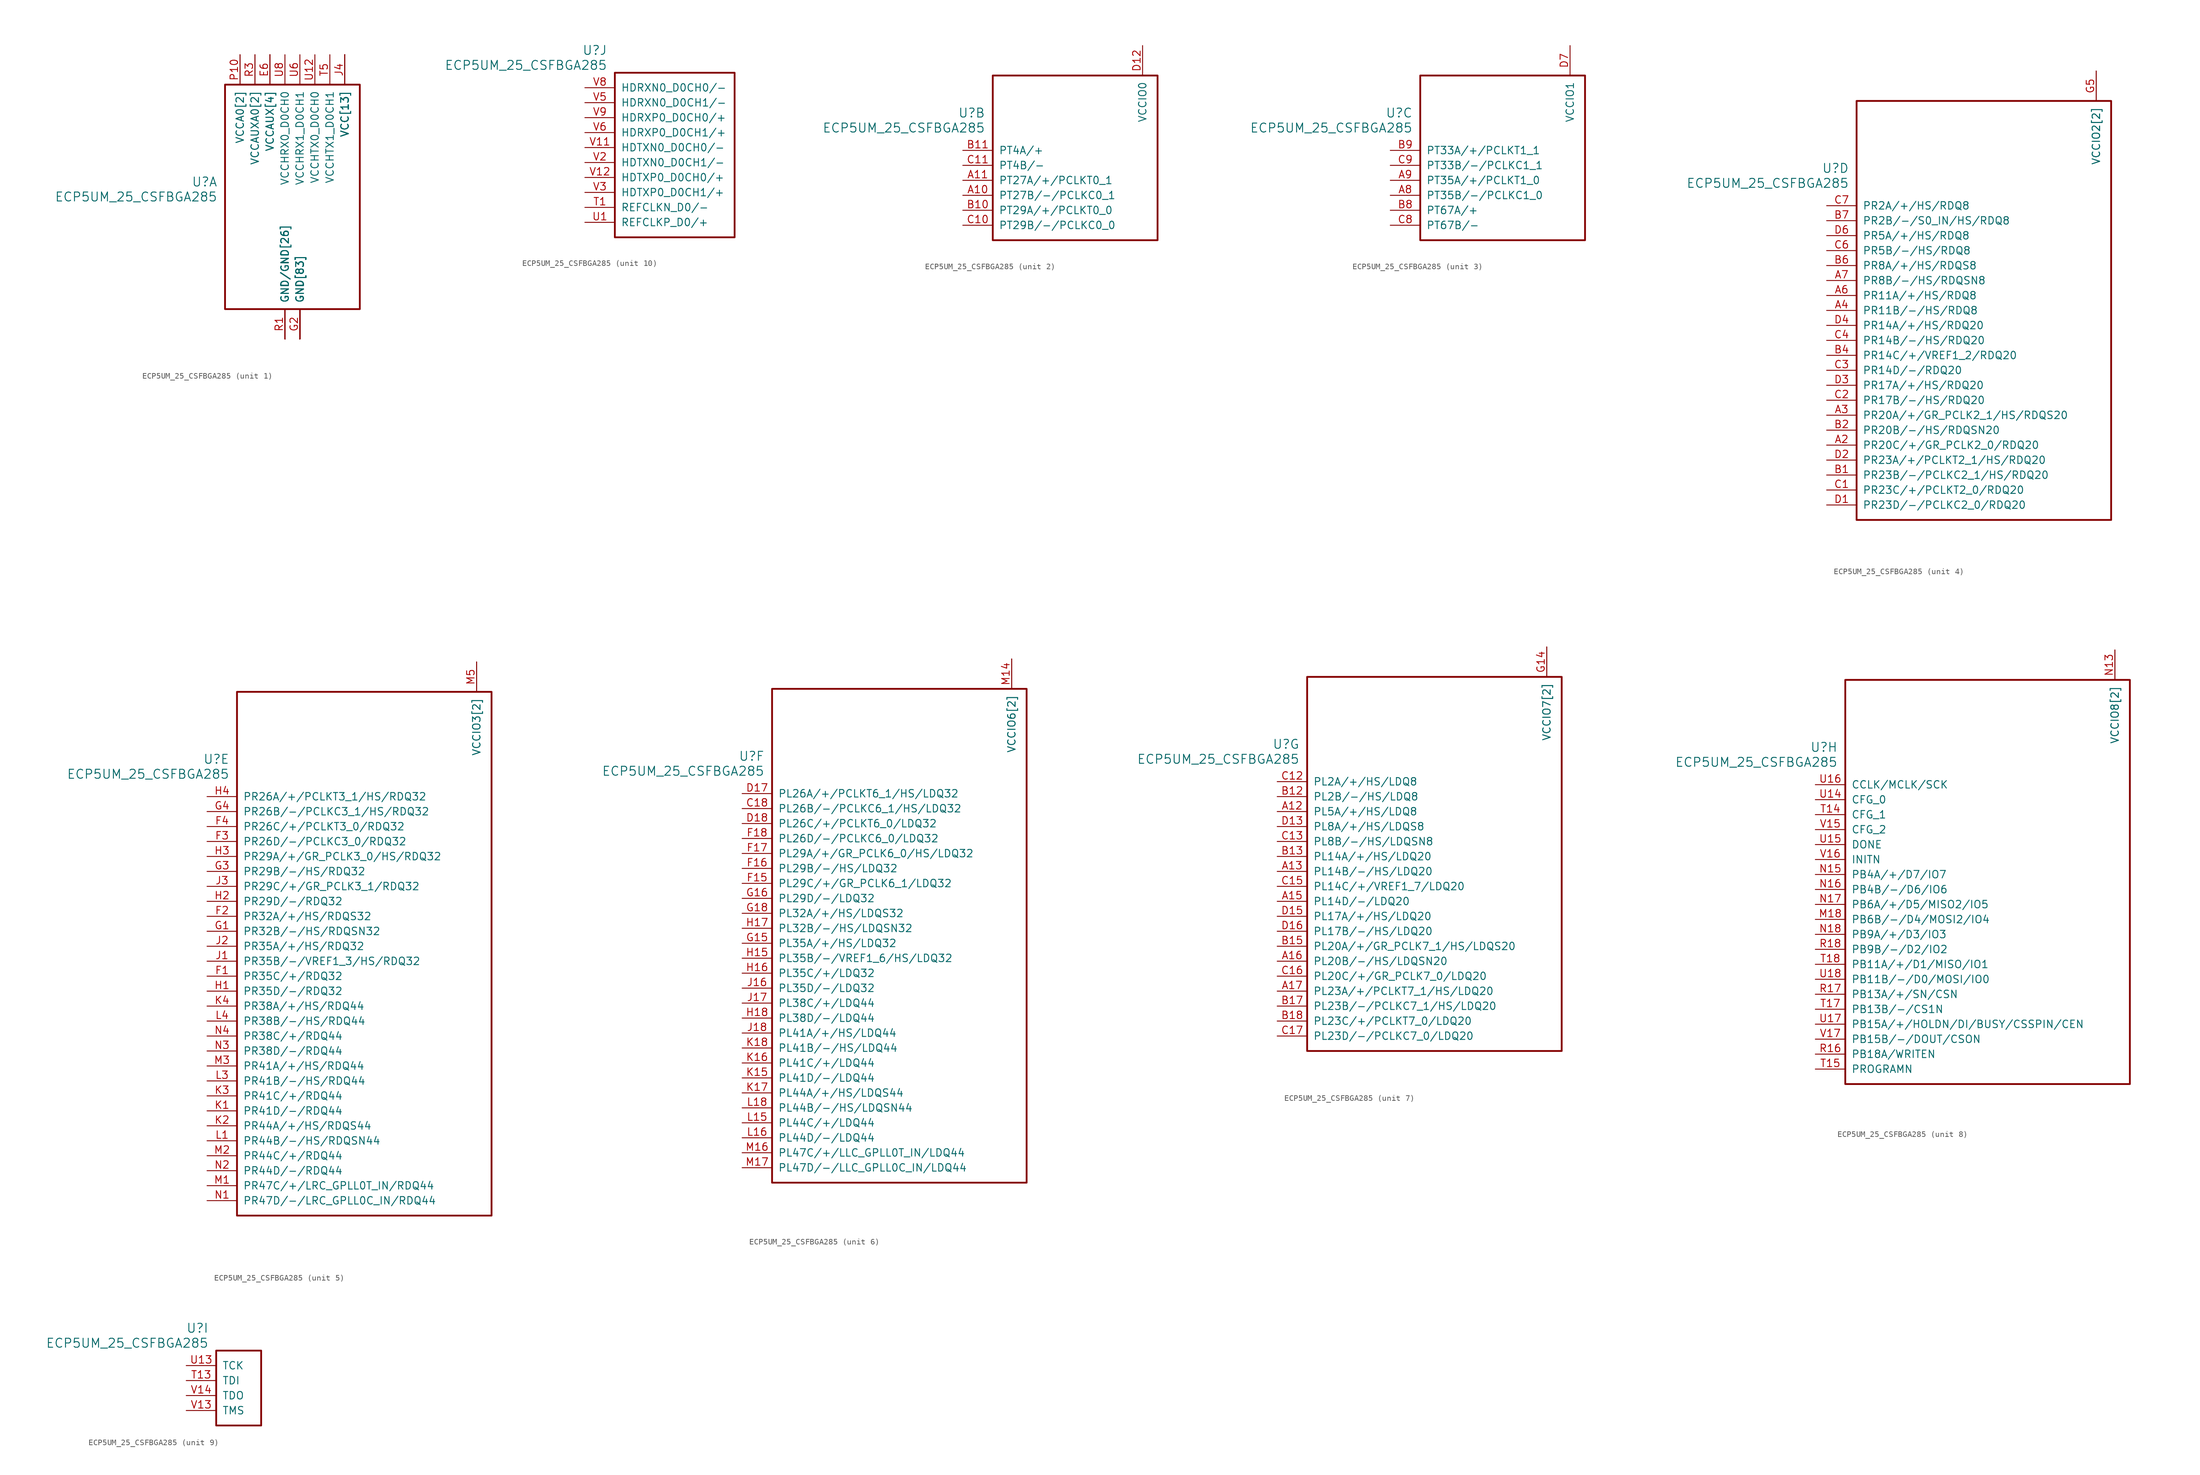
<source format=kicad_sym>
(kicad_symbol_lib
  (version 20231120)
  (generator "kicad_symbol_editor")
  (generator_version "8.0")
  (symbol "ECP5UM_25_CSFBGA285"
    (pin_names
      (offset 1.016))
    (property "Reference" "U"
      (at 3.81 6.35 0)
      (effects (font (size 1.524 1.524)) (justify right)))
    (property "Value" "ECP5UM_25_CSFBGA285"
      (at 3.81 3.81 0)
      (effects (font (size 1.524 1.524)) (justify right)))
    (property "ki_locked" ""
      (at 0 0 0)
      (effects (font (size 1.27 1.27))))
    (symbol "ECP5UM_25_CSFBGA285_1_1"
      (rectangle (start 5.08 22.86) (end 27.94 -15.24) (stroke (width 0.305) (type default)) (fill (type none)))
      (pin power_in line (at 17.78 -20.32 90) (length 5.08) (name "GND[83]" (effects (font (size 1.27 1.27)))) (number "B16" (effects (font (size 0 0)))))
      (pin power_in line (at 17.78 -20.32 90) (length 5.08) (name "GND[83]" (effects (font (size 1.27 1.27)))) (number "B3" (effects (font (size 0 0)))))
      (pin power_in line (at 25.4 27.94 270) (length 5.08) (name "VCC[13]" (effects (font (size 1.27 1.27)))) (number "D10" (effects (font (size 0 0)))))
      (pin power_in line (at 25.4 27.94 270) (length 5.08) (name "VCC[13]" (effects (font (size 1.27 1.27)))) (number "D11" (effects (font (size 0 0)))))
      (pin power_in line (at 25.4 27.94 270) (length 5.08) (name "VCC[13]" (effects (font (size 1.27 1.27)))) (number "D8" (effects (font (size 0 0)))))
      (pin power_in line (at 25.4 27.94 270) (length 5.08) (name "VCC[13]" (effects (font (size 1.27 1.27)))) (number "D9" (effects (font (size 0 0)))))
      (pin power_in line (at 17.78 -20.32 90) (length 5.08) (name "GND[83]" (effects (font (size 1.27 1.27)))) (number "E10" (effects (font (size 0 0)))))
      (pin power_in line (at 17.78 -20.32 90) (length 5.08) (name "GND[83]" (effects (font (size 1.27 1.27)))) (number "E11" (effects (font (size 0 0)))))
      (pin power_in line (at 17.78 -20.32 90) (length 5.08) (name "GND[83]" (effects (font (size 1.27 1.27)))) (number "E12" (effects (font (size 0 0)))))
      (pin power_in line (at 12.7 27.94 270) (length 5.08) (name "VCCAUX[4]" (effects (font (size 1.27 1.27)))) (number "E13" (effects (font (size 0 0)))))
      (pin power_in line (at 17.78 -20.32 90) (length 5.08) (name "GND[83]" (effects (font (size 1.27 1.27)))) (number "E14" (effects (font (size 0 0)))))
      (pin power_in line (at 17.78 -20.32 90) (length 5.08) (name "GND[83]" (effects (font (size 1.27 1.27)))) (number "E5" (effects (font (size 0 0)))))
      (pin power_in line (at 12.7 27.94 270) (length 5.08) (name "VCCAUX[4]" (effects (font (size 1.27 1.27)))) (number "E6" (effects (font (size 1.27 1.27)))))
      (pin power_in line (at 17.78 -20.32 90) (length 5.08) (name "GND[83]" (effects (font (size 1.27 1.27)))) (number "E7" (effects (font (size 0 0)))))
      (pin power_in line (at 17.78 -20.32 90) (length 5.08) (name "GND[83]" (effects (font (size 1.27 1.27)))) (number "E8" (effects (font (size 0 0)))))
      (pin power_in line (at 17.78 -20.32 90) (length 5.08) (name "GND[83]" (effects (font (size 1.27 1.27)))) (number "E9" (effects (font (size 0 0)))))
      (pin power_in line (at 17.78 -20.32 90) (length 5.08) (name "GND[83]" (effects (font (size 1.27 1.27)))) (number "F10" (effects (font (size 0 0)))))
      (pin power_in line (at 17.78 -20.32 90) (length 5.08) (name "GND[83]" (effects (font (size 1.27 1.27)))) (number "F11" (effects (font (size 0 0)))))
      (pin power_in line (at 17.78 -20.32 90) (length 5.08) (name "GND[83]" (effects (font (size 1.27 1.27)))) (number "F12" (effects (font (size 0 0)))))
      (pin power_in line (at 17.78 -20.32 90) (length 5.08) (name "GND[83]" (effects (font (size 1.27 1.27)))) (number "F13" (effects (font (size 0 0)))))
      (pin power_in line (at 17.78 -20.32 90) (length 5.08) (name "GND[83]" (effects (font (size 1.27 1.27)))) (number "F14" (effects (font (size 0 0)))))
      (pin power_in line (at 17.78 -20.32 90) (length 5.08) (name "GND[83]" (effects (font (size 1.27 1.27)))) (number "F5" (effects (font (size 0 0)))))
      (pin power_in line (at 17.78 -20.32 90) (length 5.08) (name "GND[83]" (effects (font (size 1.27 1.27)))) (number "F6" (effects (font (size 0 0)))))
      (pin power_in line (at 17.78 -20.32 90) (length 5.08) (name "GND[83]" (effects (font (size 1.27 1.27)))) (number "F7" (effects (font (size 0 0)))))
      (pin power_in line (at 17.78 -20.32 90) (length 5.08) (name "GND[83]" (effects (font (size 1.27 1.27)))) (number "F8" (effects (font (size 0 0)))))
      (pin power_in line (at 17.78 -20.32 90) (length 5.08) (name "GND[83]" (effects (font (size 1.27 1.27)))) (number "F9" (effects (font (size 0 0)))))
      (pin power_in line (at 17.78 -20.32 90) (length 5.08) (name "GND[83]" (effects (font (size 1.27 1.27)))) (number "G10" (effects (font (size 0 0)))))
      (pin power_in line (at 17.78 -20.32 90) (length 5.08) (name "GND[83]" (effects (font (size 1.27 1.27)))) (number "G11" (effects (font (size 0 0)))))
      (pin power_in line (at 17.78 -20.32 90) (length 5.08) (name "GND[83]" (effects (font (size 1.27 1.27)))) (number "G12" (effects (font (size 0 0)))))
      (pin power_in line (at 17.78 -20.32 90) (length 5.08) (name "GND[83]" (effects (font (size 1.27 1.27)))) (number "G13" (effects (font (size 0 0)))))
      (pin power_in line (at 17.78 -20.32 90) (length 5.08) (name "GND[83]" (effects (font (size 1.27 1.27)))) (number "G17" (effects (font (size 0 0)))))
      (pin power_in line (at 17.78 -20.32 90) (length 5.08) (name "GND[83]" (effects (font (size 1.27 1.27)))) (number "G2" (effects (font (size 1.27 1.27)))))
      (pin power_in line (at 17.78 -20.32 90) (length 5.08) (name "GND[83]" (effects (font (size 1.27 1.27)))) (number "G6" (effects (font (size 0 0)))))
      (pin power_in line (at 17.78 -20.32 90) (length 5.08) (name "GND[83]" (effects (font (size 1.27 1.27)))) (number "G7" (effects (font (size 0 0)))))
      (pin power_in line (at 17.78 -20.32 90) (length 5.08) (name "GND[83]" (effects (font (size 1.27 1.27)))) (number "G8" (effects (font (size 0 0)))))
      (pin power_in line (at 17.78 -20.32 90) (length 5.08) (name "GND[83]" (effects (font (size 1.27 1.27)))) (number "G9" (effects (font (size 0 0)))))
      (pin power_in line (at 17.78 -20.32 90) (length 5.08) (name "GND[83]" (effects (font (size 1.27 1.27)))) (number "H10" (effects (font (size 0 0)))))
      (pin power_in line (at 17.78 -20.32 90) (length 5.08) (name "GND[83]" (effects (font (size 1.27 1.27)))) (number "H11" (effects (font (size 0 0)))))
      (pin power_in line (at 17.78 -20.32 90) (length 5.08) (name "GND[83]" (effects (font (size 1.27 1.27)))) (number "H12" (effects (font (size 0 0)))))
      (pin power_in line (at 17.78 -20.32 90) (length 5.08) (name "GND[83]" (effects (font (size 1.27 1.27)))) (number "H13" (effects (font (size 0 0)))))
      (pin power_in line (at 17.78 -20.32 90) (length 5.08) (name "GND[83]" (effects (font (size 1.27 1.27)))) (number "H6" (effects (font (size 0 0)))))
      (pin power_in line (at 17.78 -20.32 90) (length 5.08) (name "GND[83]" (effects (font (size 1.27 1.27)))) (number "H7" (effects (font (size 0 0)))))
      (pin power_in line (at 17.78 -20.32 90) (length 5.08) (name "GND[83]" (effects (font (size 1.27 1.27)))) (number "H8" (effects (font (size 0 0)))))
      (pin power_in line (at 17.78 -20.32 90) (length 5.08) (name "GND[83]" (effects (font (size 1.27 1.27)))) (number "H9" (effects (font (size 0 0)))))
      (pin power_in line (at 17.78 -20.32 90) (length 5.08) (name "GND[83]" (effects (font (size 1.27 1.27)))) (number "J10" (effects (font (size 0 0)))))
      (pin power_in line (at 17.78 -20.32 90) (length 5.08) (name "GND[83]" (effects (font (size 1.27 1.27)))) (number "J11" (effects (font (size 0 0)))))
      (pin power_in line (at 17.78 -20.32 90) (length 5.08) (name "GND[83]" (effects (font (size 1.27 1.27)))) (number "J12" (effects (font (size 0 0)))))
      (pin power_in line (at 17.78 -20.32 90) (length 5.08) (name "GND[83]" (effects (font (size 1.27 1.27)))) (number "J13" (effects (font (size 0 0)))))
      (pin power_in line (at 25.4 27.94 270) (length 5.08) (name "VCC[13]" (effects (font (size 1.27 1.27)))) (number "J14" (effects (font (size 0 0)))))
      (pin power_in line (at 25.4 27.94 270) (length 5.08) (name "VCC[13]" (effects (font (size 1.27 1.27)))) (number "J15" (effects (font (size 0 0)))))
      (pin power_in line (at 25.4 27.94 270) (length 5.08) (name "VCC[13]" (effects (font (size 1.27 1.27)))) (number "J4" (effects (font (size 1.27 1.27)))))
      (pin power_in line (at 25.4 27.94 270) (length 5.08) (name "VCC[13]" (effects (font (size 1.27 1.27)))) (number "J5" (effects (font (size 0 0)))))
      (pin power_in line (at 17.78 -20.32 90) (length 5.08) (name "GND[83]" (effects (font (size 1.27 1.27)))) (number "J6" (effects (font (size 0 0)))))
      (pin power_in line (at 17.78 -20.32 90) (length 5.08) (name "GND[83]" (effects (font (size 1.27 1.27)))) (number "J7" (effects (font (size 0 0)))))
      (pin power_in line (at 17.78 -20.32 90) (length 5.08) (name "GND[83]" (effects (font (size 1.27 1.27)))) (number "J8" (effects (font (size 0 0)))))
      (pin power_in line (at 17.78 -20.32 90) (length 5.08) (name "GND[83]" (effects (font (size 1.27 1.27)))) (number "J9" (effects (font (size 0 0)))))
      (pin power_in line (at 17.78 -20.32 90) (length 5.08) (name "GND[83]" (effects (font (size 1.27 1.27)))) (number "K10" (effects (font (size 0 0)))))
      (pin power_in line (at 17.78 -20.32 90) (length 5.08) (name "GND[83]" (effects (font (size 1.27 1.27)))) (number "K11" (effects (font (size 0 0)))))
      (pin power_in line (at 17.78 -20.32 90) (length 5.08) (name "GND[83]" (effects (font (size 1.27 1.27)))) (number "K12" (effects (font (size 0 0)))))
      (pin power_in line (at 17.78 -20.32 90) (length 5.08) (name "GND[83]" (effects (font (size 1.27 1.27)))) (number "K13" (effects (font (size 0 0)))))
      (pin power_in line (at 17.78 -20.32 90) (length 5.08) (name "GND[83]" (effects (font (size 1.27 1.27)))) (number "K14" (effects (font (size 0 0)))))
      (pin power_in line (at 17.78 -20.32 90) (length 5.08) (name "GND[83]" (effects (font (size 1.27 1.27)))) (number "K5" (effects (font (size 0 0)))))
      (pin power_in line (at 17.78 -20.32 90) (length 5.08) (name "GND[83]" (effects (font (size 1.27 1.27)))) (number "K6" (effects (font (size 0 0)))))
      (pin power_in line (at 17.78 -20.32 90) (length 5.08) (name "GND[83]" (effects (font (size 1.27 1.27)))) (number "K7" (effects (font (size 0 0)))))
      (pin power_in line (at 17.78 -20.32 90) (length 5.08) (name "GND[83]" (effects (font (size 1.27 1.27)))) (number "K8" (effects (font (size 0 0)))))
      (pin power_in line (at 17.78 -20.32 90) (length 5.08) (name "GND[83]" (effects (font (size 1.27 1.27)))) (number "K9" (effects (font (size 0 0)))))
      (pin power_in line (at 17.78 -20.32 90) (length 5.08) (name "GND[83]" (effects (font (size 1.27 1.27)))) (number "L10" (effects (font (size 0 0)))))
      (pin power_in line (at 17.78 -20.32 90) (length 5.08) (name "GND[83]" (effects (font (size 1.27 1.27)))) (number "L11" (effects (font (size 0 0)))))
      (pin power_in line (at 17.78 -20.32 90) (length 5.08) (name "GND[83]" (effects (font (size 1.27 1.27)))) (number "L12" (effects (font (size 0 0)))))
      (pin power_in line (at 17.78 -20.32 90) (length 5.08) (name "GND[83]" (effects (font (size 1.27 1.27)))) (number "L13" (effects (font (size 0 0)))))
      (pin power_in line (at 17.78 -20.32 90) (length 5.08) (name "GND[83]" (effects (font (size 1.27 1.27)))) (number "L14" (effects (font (size 0 0)))))
      (pin power_in line (at 17.78 -20.32 90) (length 5.08) (name "GND[83]" (effects (font (size 1.27 1.27)))) (number "L17" (effects (font (size 0 0)))))
      (pin power_in line (at 17.78 -20.32 90) (length 5.08) (name "GND[83]" (effects (font (size 1.27 1.27)))) (number "L2" (effects (font (size 0 0)))))
      (pin power_in line (at 17.78 -20.32 90) (length 5.08) (name "GND[83]" (effects (font (size 1.27 1.27)))) (number "L5" (effects (font (size 0 0)))))
      (pin power_in line (at 17.78 -20.32 90) (length 5.08) (name "GND[83]" (effects (font (size 1.27 1.27)))) (number "L6" (effects (font (size 0 0)))))
      (pin power_in line (at 17.78 -20.32 90) (length 5.08) (name "GND[83]" (effects (font (size 1.27 1.27)))) (number "L7" (effects (font (size 0 0)))))
      (pin power_in line (at 17.78 -20.32 90) (length 5.08) (name "GND[83]" (effects (font (size 1.27 1.27)))) (number "L8" (effects (font (size 0 0)))))
      (pin power_in line (at 17.78 -20.32 90) (length 5.08) (name "GND[83]" (effects (font (size 1.27 1.27)))) (number "L9" (effects (font (size 0 0)))))
      (pin power_in line (at 17.78 -20.32 90) (length 5.08) (name "GND[83]" (effects (font (size 1.27 1.27)))) (number "M10" (effects (font (size 0 0)))))
      (pin power_in line (at 17.78 -20.32 90) (length 5.08) (name "GND[83]" (effects (font (size 1.27 1.27)))) (number "M11" (effects (font (size 0 0)))))
      (pin power_in line (at 17.78 -20.32 90) (length 5.08) (name "GND[83]" (effects (font (size 1.27 1.27)))) (number "M12" (effects (font (size 0 0)))))
      (pin power_in line (at 17.78 -20.32 90) (length 5.08) (name "GND[83]" (effects (font (size 1.27 1.27)))) (number "M13" (effects (font (size 0 0)))))
      (pin power_in line (at 25.4 27.94 270) (length 5.08) (name "VCC[13]" (effects (font (size 1.27 1.27)))) (number "M15" (effects (font (size 0 0)))))
      (pin power_in line (at 25.4 27.94 270) (length 5.08) (name "VCC[13]" (effects (font (size 1.27 1.27)))) (number "M4" (effects (font (size 0 0)))))
      (pin power_in line (at 17.78 -20.32 90) (length 5.08) (name "GND[83]" (effects (font (size 1.27 1.27)))) (number "M6" (effects (font (size 0 0)))))
      (pin power_in line (at 17.78 -20.32 90) (length 5.08) (name "GND[83]" (effects (font (size 1.27 1.27)))) (number "M7" (effects (font (size 0 0)))))
      (pin power_in line (at 17.78 -20.32 90) (length 5.08) (name "GND[83]" (effects (font (size 1.27 1.27)))) (number "M8" (effects (font (size 0 0)))))
      (pin power_in line (at 17.78 -20.32 90) (length 5.08) (name "GND[83]" (effects (font (size 1.27 1.27)))) (number "M9" (effects (font (size 0 0)))))
      (pin power_in line (at 17.78 -20.32 90) (length 5.08) (name "GND[83]" (effects (font (size 1.27 1.27)))) (number "N10" (effects (font (size 0 0)))))
      (pin power_in line (at 17.78 -20.32 90) (length 5.08) (name "GND[83]" (effects (font (size 1.27 1.27)))) (number "N11" (effects (font (size 0 0)))))
      (pin power_in line (at 17.78 -20.32 90) (length 5.08) (name "GND[83]" (effects (font (size 1.27 1.27)))) (number "N12" (effects (font (size 0 0)))))
      (pin power_in line (at 12.7 27.94 270) (length 5.08) (name "VCCAUX[4]" (effects (font (size 1.27 1.27)))) (number "N6" (effects (font (size 0 0)))))
      (pin power_in line (at 17.78 -20.32 90) (length 5.08) (name "GND[83]" (effects (font (size 1.27 1.27)))) (number "N7" (effects (font (size 0 0)))))
      (pin power_in line (at 17.78 -20.32 90) (length 5.08) (name "GND[83]" (effects (font (size 1.27 1.27)))) (number "N8" (effects (font (size 0 0)))))
      (pin power_in line (at 17.78 -20.32 90) (length 5.08) (name "GND[83]" (effects (font (size 1.27 1.27)))) (number "N9" (effects (font (size 0 0)))))
      (pin power_in line (at 7.62 27.94 270) (length 5.08) (name "VCCA0[2]" (effects (font (size 1.27 1.27)))) (number "P10" (effects (font (size 1.27 1.27)))))
      (pin power_in line (at 25.4 27.94 270) (length 5.08) (name "VCC[13]" (effects (font (size 1.27 1.27)))) (number "P11" (effects (font (size 0 0)))))
      (pin power_in line (at 15.24 -20.32 90) (length 5.08) (name "GND/GND[26]" (effects (font (size 1.27 1.27)))) (number "P12" (effects (font (size 0 0)))))
      (pin power_in line (at 12.7 27.94 270) (length 5.08) (name "VCCAUX[4]" (effects (font (size 1.27 1.27)))) (number "P13" (effects (font (size 0 0)))))
      (pin power_in line (at 10.16 27.94 270) (length 5.08) (name "VCCAUXA0[2]" (effects (font (size 1.27 1.27)))) (number "P5" (effects (font (size 0 0)))))
      (pin power_in line (at 15.24 -20.32 90) (length 5.08) (name "GND/GND[26]" (effects (font (size 1.27 1.27)))) (number "P6" (effects (font (size 0 0)))))
      (pin power_in line (at 25.4 27.94 270) (length 5.08) (name "VCC[13]" (effects (font (size 1.27 1.27)))) (number "P7" (effects (font (size 0 0)))))
      (pin power_in line (at 15.24 -20.32 90) (length 5.08) (name "GND/GND[26]" (effects (font (size 1.27 1.27)))) (number "P8" (effects (font (size 0 0)))))
      (pin power_in line (at 25.4 27.94 270) (length 5.08) (name "VCC[13]" (effects (font (size 1.27 1.27)))) (number "P9" (effects (font (size 0 0)))))
      (pin power_in line (at 15.24 -20.32 90) (length 5.08) (name "GND/GND[26]" (effects (font (size 1.27 1.27)))) (number "R1" (effects (font (size 1.27 1.27)))))
      (pin power_in line (at 7.62 27.94 270) (length 5.08) (name "VCCA0[2]" (effects (font (size 1.27 1.27)))) (number "R10" (effects (font (size 0 0)))))
      (pin power_in line (at 15.24 -20.32 90) (length 5.08) (name "GND/GND[26]" (effects (font (size 1.27 1.27)))) (number "R2" (effects (font (size 0 0)))))
      (pin power_in line (at 10.16 27.94 270) (length 5.08) (name "VCCAUXA0[2]" (effects (font (size 1.27 1.27)))) (number "R3" (effects (font (size 1.27 1.27)))))
      (pin power_in line (at 15.24 -20.32 90) (length 5.08) (name "GND/GND[26]" (effects (font (size 1.27 1.27)))) (number "T10" (effects (font (size 0 0)))))
      (pin power_in line (at 15.24 -20.32 90) (length 5.08) (name "GND/GND[26]" (effects (font (size 1.27 1.27)))) (number "T11" (effects (font (size 0 0)))))
      (pin power_in line (at 15.24 -20.32 90) (length 5.08) (name "GND/GND[26]" (effects (font (size 1.27 1.27)))) (number "T12" (effects (font (size 0 0)))))
      (pin power_in line (at 17.78 -20.32 90) (length 5.08) (name "GND[83]" (effects (font (size 1.27 1.27)))) (number "T16" (effects (font (size 0 0)))))
      (pin power_in line (at 15.24 -20.32 90) (length 5.08) (name "GND/GND[26]" (effects (font (size 1.27 1.27)))) (number "T2" (effects (font (size 0 0)))))
      (pin power_in line (at 15.24 -20.32 90) (length 5.08) (name "GND/GND[26]" (effects (font (size 1.27 1.27)))) (number "T3" (effects (font (size 0 0)))))
      (pin power_in line (at 15.24 -20.32 90) (length 5.08) (name "GND/GND[26]" (effects (font (size 1.27 1.27)))) (number "T4" (effects (font (size 0 0)))))
      (pin power_in line (at 22.86 27.94 270) (length 5.08) (name "VCCHTX1_D0CH1" (effects (font (size 1.27 1.27)))) (number "T5" (effects (font (size 1.27 1.27)))))
      (pin power_in line (at 15.24 -20.32 90) (length 5.08) (name "GND/GND[26]" (effects (font (size 1.27 1.27)))) (number "T6" (effects (font (size 0 0)))))
      (pin power_in line (at 15.24 -20.32 90) (length 5.08) (name "GND/GND[26]" (effects (font (size 1.27 1.27)))) (number "T7" (effects (font (size 0 0)))))
      (pin power_in line (at 15.24 -20.32 90) (length 5.08) (name "GND/GND[26]" (effects (font (size 1.27 1.27)))) (number "T8" (effects (font (size 0 0)))))
      (pin power_in line (at 15.24 -20.32 90) (length 5.08) (name "GND/GND[26]" (effects (font (size 1.27 1.27)))) (number "T9" (effects (font (size 0 0)))))
      (pin power_in line (at 15.24 -20.32 90) (length 5.08) (name "GND/GND[26]" (effects (font (size 1.27 1.27)))) (number "U10" (effects (font (size 0 0)))))
      (pin power_in line (at 15.24 -20.32 90) (length 5.08) (name "GND/GND[26]" (effects (font (size 1.27 1.27)))) (number "U11" (effects (font (size 0 0)))))
      (pin power_in line (at 20.32 27.94 270) (length 5.08) (name "VCCHTX0_D0CH0" (effects (font (size 1.27 1.27)))) (number "U12" (effects (font (size 1.27 1.27)))))
      (pin power_in line (at 15.24 -20.32 90) (length 5.08) (name "GND/GND[26]" (effects (font (size 1.27 1.27)))) (number "U2" (effects (font (size 0 0)))))
      (pin power_in line (at 15.24 -20.32 90) (length 5.08) (name "GND/GND[26]" (effects (font (size 1.27 1.27)))) (number "U3" (effects (font (size 0 0)))))
      (pin power_in line (at 15.24 -20.32 90) (length 5.08) (name "GND/GND[26]" (effects (font (size 1.27 1.27)))) (number "U4" (effects (font (size 0 0)))))
      (pin power_in line (at 15.24 -20.32 90) (length 5.08) (name "GND/GND[26]" (effects (font (size 1.27 1.27)))) (number "U5" (effects (font (size 0 0)))))
      (pin power_in line (at 17.78 27.94 270) (length 5.08) (name "VCCHRX1_D0CH1" (effects (font (size 1.27 1.27)))) (number "U6" (effects (font (size 1.27 1.27)))))
      (pin power_in line (at 15.24 -20.32 90) (length 5.08) (name "GND/GND[26]" (effects (font (size 1.27 1.27)))) (number "U7" (effects (font (size 0 0)))))
      (pin power_in line (at 15.24 27.94 270) (length 5.08) (name "VCCHRX0_D0CH0" (effects (font (size 1.27 1.27)))) (number "U8" (effects (font (size 1.27 1.27)))))
      (pin power_in line (at 15.24 -20.32 90) (length 5.08) (name "GND/GND[26]" (effects (font (size 1.27 1.27)))) (number "U9" (effects (font (size 0 0)))))
      (pin power_in line (at 15.24 -20.32 90) (length 5.08) (name "GND/GND[26]" (effects (font (size 1.27 1.27)))) (number "V10" (effects (font (size 0 0)))))
      (pin power_in line (at 15.24 -20.32 90) (length 5.08) (name "GND/GND[26]" (effects (font (size 1.27 1.27)))) (number "V4" (effects (font (size 0 0)))))
      (pin power_in line (at 15.24 -20.32 90) (length 5.08) (name "GND/GND[26]" (effects (font (size 1.27 1.27)))) (number "V7" (effects (font (size 0 0))))))
    (symbol "ECP5UM_25_CSFBGA285_2_1"
      (rectangle (start 5.08 12.7) (end 33.02 -15.24) (stroke (width 0.305) (type default)) (fill (type none)))
      (pin bidirectional line (at 0 -7.62 0) (length 5.08) (name "PT27B/-/PCLKC0_1" (effects (font (size 1.27 1.27)))) (number "A10" (effects (font (size 1.27 1.27)))))
      (pin bidirectional line (at 0 -5.08 0) (length 5.08) (name "PT27A/+/PCLKT0_1" (effects (font (size 1.27 1.27)))) (number "A11" (effects (font (size 1.27 1.27)))))
      (pin bidirectional line (at 0 -10.16 0) (length 5.08) (name "PT29A/+/PCLKT0_0" (effects (font (size 1.27 1.27)))) (number "B10" (effects (font (size 1.27 1.27)))))
      (pin bidirectional line (at 0 0 0) (length 5.08) (name "PT4A/+" (effects (font (size 1.27 1.27)))) (number "B11" (effects (font (size 1.27 1.27)))))
      (pin bidirectional line (at 0 -12.7 0) (length 5.08) (name "PT29B/-/PCLKC0_0" (effects (font (size 1.27 1.27)))) (number "C10" (effects (font (size 1.27 1.27)))))
      (pin bidirectional line (at 0 -2.54 0) (length 5.08) (name "PT4B/-" (effects (font (size 1.27 1.27)))) (number "C11" (effects (font (size 1.27 1.27)))))
      (pin power_in line (at 30.48 17.78 270) (length 5.08) (name "VCCIO0" (effects (font (size 1.27 1.27)))) (number "D12" (effects (font (size 1.27 1.27))))))
    (symbol "ECP5UM_25_CSFBGA285_3_1"
      (rectangle (start 5.08 12.7) (end 33.02 -15.24) (stroke (width 0.305) (type default)) (fill (type none)))
      (pin bidirectional line (at 0 -7.62 0) (length 5.08) (name "PT35B/-/PCLKC1_0" (effects (font (size 1.27 1.27)))) (number "A8" (effects (font (size 1.27 1.27)))))
      (pin bidirectional line (at 0 -5.08 0) (length 5.08) (name "PT35A/+/PCLKT1_0" (effects (font (size 1.27 1.27)))) (number "A9" (effects (font (size 1.27 1.27)))))
      (pin bidirectional line (at 0 -10.16 0) (length 5.08) (name "PT67A/+" (effects (font (size 1.27 1.27)))) (number "B8" (effects (font (size 1.27 1.27)))))
      (pin bidirectional line (at 0 0 0) (length 5.08) (name "PT33A/+/PCLKT1_1" (effects (font (size 1.27 1.27)))) (number "B9" (effects (font (size 1.27 1.27)))))
      (pin bidirectional line (at 0 -12.7 0) (length 5.08) (name "PT67B/-" (effects (font (size 1.27 1.27)))) (number "C8" (effects (font (size 1.27 1.27)))))
      (pin bidirectional line (at 0 -2.54 0) (length 5.08) (name "PT33B/-/PCLKC1_1" (effects (font (size 1.27 1.27)))) (number "C9" (effects (font (size 1.27 1.27)))))
      (pin power_in line (at 30.48 17.78 270) (length 5.08) (name "VCCIO1" (effects (font (size 1.27 1.27)))) (number "D7" (effects (font (size 1.27 1.27))))))
    (symbol "ECP5UM_25_CSFBGA285_4_1"
      (rectangle (start 5.08 17.78) (end 48.26 -53.34) (stroke (width 0.305) (type default)) (fill (type none)))
      (pin bidirectional line (at 0 -40.64 0) (length 5.08) (name "PR20C/+/GR_PCLK2_0/RDQ20" (effects (font (size 1.27 1.27)))) (number "A2" (effects (font (size 1.27 1.27)))))
      (pin bidirectional line (at 0 -35.56 0) (length 5.08) (name "PR20A/+/GR_PCLK2_1/HS/RDQS20" (effects (font (size 1.27 1.27)))) (number "A3" (effects (font (size 1.27 1.27)))))
      (pin bidirectional line (at 0 -17.78 0) (length 5.08) (name "PR11B/-/HS/RDQ8" (effects (font (size 1.27 1.27)))) (number "A4" (effects (font (size 1.27 1.27)))))
      (pin bidirectional line (at 0 -15.24 0) (length 5.08) (name "PR11A/+/HS/RDQ8" (effects (font (size 1.27 1.27)))) (number "A6" (effects (font (size 1.27 1.27)))))
      (pin bidirectional line (at 0 -12.7 0) (length 5.08) (name "PR8B/-/HS/RDQSN8" (effects (font (size 1.27 1.27)))) (number "A7" (effects (font (size 1.27 1.27)))))
      (pin bidirectional line (at 0 -45.72 0) (length 5.08) (name "PR23B/-/PCLKC2_1/HS/RDQ20" (effects (font (size 1.27 1.27)))) (number "B1" (effects (font (size 1.27 1.27)))))
      (pin bidirectional line (at 0 -38.1 0) (length 5.08) (name "PR20B/-/HS/RDQSN20" (effects (font (size 1.27 1.27)))) (number "B2" (effects (font (size 1.27 1.27)))))
      (pin bidirectional line (at 0 -25.4 0) (length 5.08) (name "PR14C/+/VREF1_2/RDQ20" (effects (font (size 1.27 1.27)))) (number "B4" (effects (font (size 1.27 1.27)))))
      (pin bidirectional line (at 0 -10.16 0) (length 5.08) (name "PR8A/+/HS/RDQS8" (effects (font (size 1.27 1.27)))) (number "B6" (effects (font (size 1.27 1.27)))))
      (pin bidirectional line (at 0 -2.54 0) (length 5.08) (name "PR2B/-/S0_IN/HS/RDQ8" (effects (font (size 1.27 1.27)))) (number "B7" (effects (font (size 1.27 1.27)))))
      (pin bidirectional line (at 0 -48.26 0) (length 5.08) (name "PR23C/+/PCLKT2_0/RDQ20" (effects (font (size 1.27 1.27)))) (number "C1" (effects (font (size 1.27 1.27)))))
      (pin bidirectional line (at 0 -33.02 0) (length 5.08) (name "PR17B/-/HS/RDQ20" (effects (font (size 1.27 1.27)))) (number "C2" (effects (font (size 1.27 1.27)))))
      (pin bidirectional line (at 0 -27.94 0) (length 5.08) (name "PR14D/-/RDQ20" (effects (font (size 1.27 1.27)))) (number "C3" (effects (font (size 1.27 1.27)))))
      (pin bidirectional line (at 0 -22.86 0) (length 5.08) (name "PR14B/-/HS/RDQ20" (effects (font (size 1.27 1.27)))) (number "C4" (effects (font (size 1.27 1.27)))))
      (pin bidirectional line (at 0 -7.62 0) (length 5.08) (name "PR5B/-/HS/RDQ8" (effects (font (size 1.27 1.27)))) (number "C6" (effects (font (size 1.27 1.27)))))
      (pin bidirectional line (at 0 0 0) (length 5.08) (name "PR2A/+/HS/RDQ8" (effects (font (size 1.27 1.27)))) (number "C7" (effects (font (size 1.27 1.27)))))
      (pin bidirectional line (at 0 -50.8 0) (length 5.08) (name "PR23D/-/PCLKC2_0/RDQ20" (effects (font (size 1.27 1.27)))) (number "D1" (effects (font (size 1.27 1.27)))))
      (pin bidirectional line (at 0 -43.18 0) (length 5.08) (name "PR23A/+/PCLKT2_1/HS/RDQ20" (effects (font (size 1.27 1.27)))) (number "D2" (effects (font (size 1.27 1.27)))))
      (pin bidirectional line (at 0 -30.48 0) (length 5.08) (name "PR17A/+/HS/RDQ20" (effects (font (size 1.27 1.27)))) (number "D3" (effects (font (size 1.27 1.27)))))
      (pin bidirectional line (at 0 -20.32 0) (length 5.08) (name "PR14A/+/HS/RDQ20" (effects (font (size 1.27 1.27)))) (number "D4" (effects (font (size 1.27 1.27)))))
      (pin bidirectional line (at 0 -5.08 0) (length 5.08) (name "PR5A/+/HS/RDQ8" (effects (font (size 1.27 1.27)))) (number "D6" (effects (font (size 1.27 1.27)))))
      (pin power_in line (at 45.72 22.86 270) (length 5.08) (name "VCCIO2[2]" (effects (font (size 1.27 1.27)))) (number "G5" (effects (font (size 1.27 1.27)))))
      (pin power_in line (at 45.72 22.86 270) (length 5.08) (name "VCCIO2[2]" (effects (font (size 1.27 1.27)))) (number "H5" (effects (font (size 0 0))))))
    (symbol "ECP5UM_25_CSFBGA285_5_1"
      (rectangle (start 5.08 17.78) (end 48.26 -71.12) (stroke (width 0.305) (type default)) (fill (type none)))
      (pin bidirectional line (at 0 -30.48 0) (length 5.08) (name "PR35C/+/RDQ32" (effects (font (size 1.27 1.27)))) (number "F1" (effects (font (size 1.27 1.27)))))
      (pin bidirectional line (at 0 -20.32 0) (length 5.08) (name "PR32A/+/HS/RDQS32" (effects (font (size 1.27 1.27)))) (number "F2" (effects (font (size 1.27 1.27)))))
      (pin bidirectional line (at 0 -7.62 0) (length 5.08) (name "PR26D/-/PCLKC3_0/RDQ32" (effects (font (size 1.27 1.27)))) (number "F3" (effects (font (size 1.27 1.27)))))
      (pin bidirectional line (at 0 -5.08 0) (length 5.08) (name "PR26C/+/PCLKT3_0/RDQ32" (effects (font (size 1.27 1.27)))) (number "F4" (effects (font (size 1.27 1.27)))))
      (pin bidirectional line (at 0 -22.86 0) (length 5.08) (name "PR32B/-/HS/RDQSN32" (effects (font (size 1.27 1.27)))) (number "G1" (effects (font (size 1.27 1.27)))))
      (pin bidirectional line (at 0 -12.7 0) (length 5.08) (name "PR29B/-/HS/RDQ32" (effects (font (size 1.27 1.27)))) (number "G3" (effects (font (size 1.27 1.27)))))
      (pin bidirectional line (at 0 -2.54 0) (length 5.08) (name "PR26B/-/PCLKC3_1/HS/RDQ32" (effects (font (size 1.27 1.27)))) (number "G4" (effects (font (size 1.27 1.27)))))
      (pin bidirectional line (at 0 -33.02 0) (length 5.08) (name "PR35D/-/RDQ32" (effects (font (size 1.27 1.27)))) (number "H1" (effects (font (size 1.27 1.27)))))
      (pin bidirectional line (at 0 -17.78 0) (length 5.08) (name "PR29D/-/RDQ32" (effects (font (size 1.27 1.27)))) (number "H2" (effects (font (size 1.27 1.27)))))
      (pin bidirectional line (at 0 -10.16 0) (length 5.08) (name "PR29A/+/GR_PCLK3_0/HS/RDQ32" (effects (font (size 1.27 1.27)))) (number "H3" (effects (font (size 1.27 1.27)))))
      (pin bidirectional line (at 0 0 0) (length 5.08) (name "PR26A/+/PCLKT3_1/HS/RDQ32" (effects (font (size 1.27 1.27)))) (number "H4" (effects (font (size 1.27 1.27)))))
      (pin bidirectional line (at 0 -27.94 0) (length 5.08) (name "PR35B/-/VREF1_3/HS/RDQ32" (effects (font (size 1.27 1.27)))) (number "J1" (effects (font (size 1.27 1.27)))))
      (pin bidirectional line (at 0 -25.4 0) (length 5.08) (name "PR35A/+/HS/RDQ32" (effects (font (size 1.27 1.27)))) (number "J2" (effects (font (size 1.27 1.27)))))
      (pin bidirectional line (at 0 -15.24 0) (length 5.08) (name "PR29C/+/GR_PCLK3_1/RDQ32" (effects (font (size 1.27 1.27)))) (number "J3" (effects (font (size 1.27 1.27)))))
      (pin bidirectional line (at 0 -53.34 0) (length 5.08) (name "PR41D/-/RDQ44" (effects (font (size 1.27 1.27)))) (number "K1" (effects (font (size 1.27 1.27)))))
      (pin bidirectional line (at 0 -55.88 0) (length 5.08) (name "PR44A/+/HS/RDQS44" (effects (font (size 1.27 1.27)))) (number "K2" (effects (font (size 1.27 1.27)))))
      (pin bidirectional line (at 0 -50.8 0) (length 5.08) (name "PR41C/+/RDQ44" (effects (font (size 1.27 1.27)))) (number "K3" (effects (font (size 1.27 1.27)))))
      (pin bidirectional line (at 0 -35.56 0) (length 5.08) (name "PR38A/+/HS/RDQ44" (effects (font (size 1.27 1.27)))) (number "K4" (effects (font (size 1.27 1.27)))))
      (pin bidirectional line (at 0 -58.42 0) (length 5.08) (name "PR44B/-/HS/RDQSN44" (effects (font (size 1.27 1.27)))) (number "L1" (effects (font (size 1.27 1.27)))))
      (pin bidirectional line (at 0 -48.26 0) (length 5.08) (name "PR41B/-/HS/RDQ44" (effects (font (size 1.27 1.27)))) (number "L3" (effects (font (size 1.27 1.27)))))
      (pin bidirectional line (at 0 -38.1 0) (length 5.08) (name "PR38B/-/HS/RDQ44" (effects (font (size 1.27 1.27)))) (number "L4" (effects (font (size 1.27 1.27)))))
      (pin bidirectional line (at 0 -66.04 0) (length 5.08) (name "PR47C/+/LRC_GPLL0T_IN/RDQ44" (effects (font (size 1.27 1.27)))) (number "M1" (effects (font (size 1.27 1.27)))))
      (pin bidirectional line (at 0 -60.96 0) (length 5.08) (name "PR44C/+/RDQ44" (effects (font (size 1.27 1.27)))) (number "M2" (effects (font (size 1.27 1.27)))))
      (pin bidirectional line (at 0 -45.72 0) (length 5.08) (name "PR41A/+/HS/RDQ44" (effects (font (size 1.27 1.27)))) (number "M3" (effects (font (size 1.27 1.27)))))
      (pin power_in line (at 45.72 22.86 270) (length 5.08) (name "VCCIO3[2]" (effects (font (size 1.27 1.27)))) (number "M5" (effects (font (size 1.27 1.27)))))
      (pin bidirectional line (at 0 -68.58 0) (length 5.08) (name "PR47D/-/LRC_GPLL0C_IN/RDQ44" (effects (font (size 1.27 1.27)))) (number "N1" (effects (font (size 1.27 1.27)))))
      (pin bidirectional line (at 0 -63.5 0) (length 5.08) (name "PR44D/-/RDQ44" (effects (font (size 1.27 1.27)))) (number "N2" (effects (font (size 1.27 1.27)))))
      (pin bidirectional line (at 0 -43.18 0) (length 5.08) (name "PR38D/-/RDQ44" (effects (font (size 1.27 1.27)))) (number "N3" (effects (font (size 1.27 1.27)))))
      (pin bidirectional line (at 0 -40.64 0) (length 5.08) (name "PR38C/+/RDQ44" (effects (font (size 1.27 1.27)))) (number "N4" (effects (font (size 1.27 1.27)))))
      (pin power_in line (at 45.72 22.86 270) (length 5.08) (name "VCCIO3[2]" (effects (font (size 1.27 1.27)))) (number "N5" (effects (font (size 0 0))))))
    (symbol "ECP5UM_25_CSFBGA285_6_1"
      (rectangle (start 5.08 17.78) (end 48.26 -66.04) (stroke (width 0.305) (type default)) (fill (type none)))
      (pin bidirectional line (at 0 -2.54 0) (length 5.08) (name "PL26B/-/PCLKC6_1/HS/LDQ32" (effects (font (size 1.27 1.27)))) (number "C18" (effects (font (size 1.27 1.27)))))
      (pin bidirectional line (at 0 0 0) (length 5.08) (name "PL26A/+/PCLKT6_1/HS/LDQ32" (effects (font (size 1.27 1.27)))) (number "D17" (effects (font (size 1.27 1.27)))))
      (pin bidirectional line (at 0 -5.08 0) (length 5.08) (name "PL26C/+/PCLKT6_0/LDQ32" (effects (font (size 1.27 1.27)))) (number "D18" (effects (font (size 1.27 1.27)))))
      (pin bidirectional line (at 0 -15.24 0) (length 5.08) (name "PL29C/+/GR_PCLK6_1/LDQ32" (effects (font (size 1.27 1.27)))) (number "F15" (effects (font (size 1.27 1.27)))))
      (pin bidirectional line (at 0 -12.7 0) (length 5.08) (name "PL29B/-/HS/LDQ32" (effects (font (size 1.27 1.27)))) (number "F16" (effects (font (size 1.27 1.27)))))
      (pin bidirectional line (at 0 -10.16 0) (length 5.08) (name "PL29A/+/GR_PCLK6_0/HS/LDQ32" (effects (font (size 1.27 1.27)))) (number "F17" (effects (font (size 1.27 1.27)))))
      (pin bidirectional line (at 0 -7.62 0) (length 5.08) (name "PL26D/-/PCLKC6_0/LDQ32" (effects (font (size 1.27 1.27)))) (number "F18" (effects (font (size 1.27 1.27)))))
      (pin bidirectional line (at 0 -25.4 0) (length 5.08) (name "PL35A/+/HS/LDQ32" (effects (font (size 1.27 1.27)))) (number "G15" (effects (font (size 1.27 1.27)))))
      (pin bidirectional line (at 0 -17.78 0) (length 5.08) (name "PL29D/-/LDQ32" (effects (font (size 1.27 1.27)))) (number "G16" (effects (font (size 1.27 1.27)))))
      (pin bidirectional line (at 0 -20.32 0) (length 5.08) (name "PL32A/+/HS/LDQS32" (effects (font (size 1.27 1.27)))) (number "G18" (effects (font (size 1.27 1.27)))))
      (pin bidirectional line (at 0 -27.94 0) (length 5.08) (name "PL35B/-/VREF1_6/HS/LDQ32" (effects (font (size 1.27 1.27)))) (number "H15" (effects (font (size 1.27 1.27)))))
      (pin bidirectional line (at 0 -30.48 0) (length 5.08) (name "PL35C/+/LDQ32" (effects (font (size 1.27 1.27)))) (number "H16" (effects (font (size 1.27 1.27)))))
      (pin bidirectional line (at 0 -22.86 0) (length 5.08) (name "PL32B/-/HS/LDQSN32" (effects (font (size 1.27 1.27)))) (number "H17" (effects (font (size 1.27 1.27)))))
      (pin bidirectional line (at 0 -38.1 0) (length 5.08) (name "PL38D/-/LDQ44" (effects (font (size 1.27 1.27)))) (number "H18" (effects (font (size 1.27 1.27)))))
      (pin bidirectional line (at 0 -33.02 0) (length 5.08) (name "PL35D/-/LDQ32" (effects (font (size 1.27 1.27)))) (number "J16" (effects (font (size 1.27 1.27)))))
      (pin bidirectional line (at 0 -35.56 0) (length 5.08) (name "PL38C/+/LDQ44" (effects (font (size 1.27 1.27)))) (number "J17" (effects (font (size 1.27 1.27)))))
      (pin bidirectional line (at 0 -40.64 0) (length 5.08) (name "PL41A/+/HS/LDQ44" (effects (font (size 1.27 1.27)))) (number "J18" (effects (font (size 1.27 1.27)))))
      (pin bidirectional line (at 0 -48.26 0) (length 5.08) (name "PL41D/-/LDQ44" (effects (font (size 1.27 1.27)))) (number "K15" (effects (font (size 1.27 1.27)))))
      (pin bidirectional line (at 0 -45.72 0) (length 5.08) (name "PL41C/+/LDQ44" (effects (font (size 1.27 1.27)))) (number "K16" (effects (font (size 1.27 1.27)))))
      (pin bidirectional line (at 0 -50.8 0) (length 5.08) (name "PL44A/+/HS/LDQS44" (effects (font (size 1.27 1.27)))) (number "K17" (effects (font (size 1.27 1.27)))))
      (pin bidirectional line (at 0 -43.18 0) (length 5.08) (name "PL41B/-/HS/LDQ44" (effects (font (size 1.27 1.27)))) (number "K18" (effects (font (size 1.27 1.27)))))
      (pin bidirectional line (at 0 -55.88 0) (length 5.08) (name "PL44C/+/LDQ44" (effects (font (size 1.27 1.27)))) (number "L15" (effects (font (size 1.27 1.27)))))
      (pin bidirectional line (at 0 -58.42 0) (length 5.08) (name "PL44D/-/LDQ44" (effects (font (size 1.27 1.27)))) (number "L16" (effects (font (size 1.27 1.27)))))
      (pin bidirectional line (at 0 -53.34 0) (length 5.08) (name "PL44B/-/HS/LDQSN44" (effects (font (size 1.27 1.27)))) (number "L18" (effects (font (size 1.27 1.27)))))
      (pin power_in line (at 45.72 22.86 270) (length 5.08) (name "VCCIO6[2]" (effects (font (size 1.27 1.27)))) (number "M14" (effects (font (size 1.27 1.27)))))
      (pin bidirectional line (at 0 -60.96 0) (length 5.08) (name "PL47C/+/LLC_GPLL0T_IN/LDQ44" (effects (font (size 1.27 1.27)))) (number "M16" (effects (font (size 1.27 1.27)))))
      (pin bidirectional line (at 0 -63.5 0) (length 5.08) (name "PL47D/-/LLC_GPLL0C_IN/LDQ44" (effects (font (size 1.27 1.27)))) (number "M17" (effects (font (size 1.27 1.27)))))
      (pin power_in line (at 45.72 22.86 270) (length 5.08) (name "VCCIO6[2]" (effects (font (size 1.27 1.27)))) (number "N14" (effects (font (size 0 0))))))
    (symbol "ECP5UM_25_CSFBGA285_7_1"
      (rectangle (start 5.08 17.78) (end 48.26 -45.72) (stroke (width 0.305) (type default)) (fill (type none)))
      (pin bidirectional line (at 0 -5.08 0) (length 5.08) (name "PL5A/+/HS/LDQ8" (effects (font (size 1.27 1.27)))) (number "A12" (effects (font (size 1.27 1.27)))))
      (pin bidirectional line (at 0 -15.24 0) (length 5.08) (name "PL14B/-/HS/LDQ20" (effects (font (size 1.27 1.27)))) (number "A13" (effects (font (size 1.27 1.27)))))
      (pin bidirectional line (at 0 -20.32 0) (length 5.08) (name "PL14D/-/LDQ20" (effects (font (size 1.27 1.27)))) (number "A15" (effects (font (size 1.27 1.27)))))
      (pin bidirectional line (at 0 -30.48 0) (length 5.08) (name "PL20B/-/HS/LDQSN20" (effects (font (size 1.27 1.27)))) (number "A16" (effects (font (size 1.27 1.27)))))
      (pin bidirectional line (at 0 -35.56 0) (length 5.08) (name "PL23A/+/PCLKT7_1/HS/LDQ20" (effects (font (size 1.27 1.27)))) (number "A17" (effects (font (size 1.27 1.27)))))
      (pin bidirectional line (at 0 -2.54 0) (length 5.08) (name "PL2B/-/HS/LDQ8" (effects (font (size 1.27 1.27)))) (number "B12" (effects (font (size 1.27 1.27)))))
      (pin bidirectional line (at 0 -12.7 0) (length 5.08) (name "PL14A/+/HS/LDQ20" (effects (font (size 1.27 1.27)))) (number "B13" (effects (font (size 1.27 1.27)))))
      (pin bidirectional line (at 0 -27.94 0) (length 5.08) (name "PL20A/+/GR_PCLK7_1/HS/LDQS20" (effects (font (size 1.27 1.27)))) (number "B15" (effects (font (size 1.27 1.27)))))
      (pin bidirectional line (at 0 -38.1 0) (length 5.08) (name "PL23B/-/PCLKC7_1/HS/LDQ20" (effects (font (size 1.27 1.27)))) (number "B17" (effects (font (size 1.27 1.27)))))
      (pin bidirectional line (at 0 -40.64 0) (length 5.08) (name "PL23C/+/PCLKT7_0/LDQ20" (effects (font (size 1.27 1.27)))) (number "B18" (effects (font (size 1.27 1.27)))))
      (pin bidirectional line (at 0 0 0) (length 5.08) (name "PL2A/+/HS/LDQ8" (effects (font (size 1.27 1.27)))) (number "C12" (effects (font (size 1.27 1.27)))))
      (pin bidirectional line (at 0 -10.16 0) (length 5.08) (name "PL8B/-/HS/LDQSN8" (effects (font (size 1.27 1.27)))) (number "C13" (effects (font (size 1.27 1.27)))))
      (pin bidirectional line (at 0 -17.78 0) (length 5.08) (name "PL14C/+/VREF1_7/LDQ20" (effects (font (size 1.27 1.27)))) (number "C15" (effects (font (size 1.27 1.27)))))
      (pin bidirectional line (at 0 -33.02 0) (length 5.08) (name "PL20C/+/GR_PCLK7_0/LDQ20" (effects (font (size 1.27 1.27)))) (number "C16" (effects (font (size 1.27 1.27)))))
      (pin bidirectional line (at 0 -43.18 0) (length 5.08) (name "PL23D/-/PCLKC7_0/LDQ20" (effects (font (size 1.27 1.27)))) (number "C17" (effects (font (size 1.27 1.27)))))
      (pin bidirectional line (at 0 -7.62 0) (length 5.08) (name "PL8A/+/HS/LDQS8" (effects (font (size 1.27 1.27)))) (number "D13" (effects (font (size 1.27 1.27)))))
      (pin bidirectional line (at 0 -22.86 0) (length 5.08) (name "PL17A/+/HS/LDQ20" (effects (font (size 1.27 1.27)))) (number "D15" (effects (font (size 1.27 1.27)))))
      (pin bidirectional line (at 0 -25.4 0) (length 5.08) (name "PL17B/-/HS/LDQ20" (effects (font (size 1.27 1.27)))) (number "D16" (effects (font (size 1.27 1.27)))))
      (pin power_in line (at 45.72 22.86 270) (length 5.08) (name "VCCIO7[2]" (effects (font (size 1.27 1.27)))) (number "G14" (effects (font (size 1.27 1.27)))))
      (pin power_in line (at 45.72 22.86 270) (length 5.08) (name "VCCIO7[2]" (effects (font (size 1.27 1.27)))) (number "H14" (effects (font (size 0 0))))))
    (symbol "ECP5UM_25_CSFBGA285_8_1"
      (rectangle (start 5.08 17.78) (end 53.34 -50.8) (stroke (width 0.305) (type default)) (fill (type none)))
      (pin bidirectional line (at 0 -22.86 0) (length 5.08) (name "PB6B/-/D4/MOSI2/IO4" (effects (font (size 1.27 1.27)))) (number "M18" (effects (font (size 1.27 1.27)))))
      (pin power_in line (at 50.8 22.86 270) (length 5.08) (name "VCCIO8[2]" (effects (font (size 1.27 1.27)))) (number "N13" (effects (font (size 1.27 1.27)))))
      (pin bidirectional line (at 0 -15.24 0) (length 5.08) (name "PB4A/+/D7/IO7" (effects (font (size 1.27 1.27)))) (number "N15" (effects (font (size 1.27 1.27)))))
      (pin bidirectional line (at 0 -17.78 0) (length 5.08) (name "PB4B/-/D6/IO6" (effects (font (size 1.27 1.27)))) (number "N16" (effects (font (size 1.27 1.27)))))
      (pin bidirectional line (at 0 -20.32 0) (length 5.08) (name "PB6A/+/D5/MISO2/IO5" (effects (font (size 1.27 1.27)))) (number "N17" (effects (font (size 1.27 1.27)))))
      (pin bidirectional line (at 0 -25.4 0) (length 5.08) (name "PB9A/+/D3/IO3" (effects (font (size 1.27 1.27)))) (number "N18" (effects (font (size 1.27 1.27)))))
      (pin power_in line (at 50.8 22.86 270) (length 5.08) (name "VCCIO8[2]" (effects (font (size 1.27 1.27)))) (number "P14" (effects (font (size 0 0)))))
      (pin bidirectional line (at 0 -45.72 0) (length 5.08) (name "PB18A/WRITEN" (effects (font (size 1.27 1.27)))) (number "R16" (effects (font (size 1.27 1.27)))))
      (pin bidirectional line (at 0 -35.56 0) (length 5.08) (name "PB13A/+/SN/CSN" (effects (font (size 1.27 1.27)))) (number "R17" (effects (font (size 1.27 1.27)))))
      (pin bidirectional line (at 0 -27.94 0) (length 5.08) (name "PB9B/-/D2/IO2" (effects (font (size 1.27 1.27)))) (number "R18" (effects (font (size 1.27 1.27)))))
      (pin bidirectional line (at 0 -5.08 0) (length 5.08) (name "CFG_1" (effects (font (size 1.27 1.27)))) (number "T14" (effects (font (size 1.27 1.27)))))
      (pin bidirectional line (at 0 -48.26 0) (length 5.08) (name "PROGRAMN" (effects (font (size 1.27 1.27)))) (number "T15" (effects (font (size 1.27 1.27)))))
      (pin bidirectional line (at 0 -38.1 0) (length 5.08) (name "PB13B/-/CS1N" (effects (font (size 1.27 1.27)))) (number "T17" (effects (font (size 1.27 1.27)))))
      (pin bidirectional line (at 0 -30.48 0) (length 5.08) (name "PB11A/+/D1/MISO/IO1" (effects (font (size 1.27 1.27)))) (number "T18" (effects (font (size 1.27 1.27)))))
      (pin bidirectional line (at 0 -2.54 0) (length 5.08) (name "CFG_0" (effects (font (size 1.27 1.27)))) (number "U14" (effects (font (size 1.27 1.27)))))
      (pin bidirectional line (at 0 -10.16 0) (length 5.08) (name "DONE" (effects (font (size 1.27 1.27)))) (number "U15" (effects (font (size 1.27 1.27)))))
      (pin bidirectional line (at 0 0 0) (length 5.08) (name "CCLK/MCLK/SCK" (effects (font (size 1.27 1.27)))) (number "U16" (effects (font (size 1.27 1.27)))))
      (pin bidirectional line (at 0 -40.64 0) (length 5.08) (name "PB15A/+/HOLDN/DI/BUSY/CSSPIN/CEN" (effects (font (size 1.27 1.27)))) (number "U17" (effects (font (size 1.27 1.27)))))
      (pin bidirectional line (at 0 -33.02 0) (length 5.08) (name "PB11B/-/D0/MOSI/IO0" (effects (font (size 1.27 1.27)))) (number "U18" (effects (font (size 1.27 1.27)))))
      (pin bidirectional line (at 0 -7.62 0) (length 5.08) (name "CFG_2" (effects (font (size 1.27 1.27)))) (number "V15" (effects (font (size 1.27 1.27)))))
      (pin bidirectional line (at 0 -12.7 0) (length 5.08) (name "INITN" (effects (font (size 1.27 1.27)))) (number "V16" (effects (font (size 1.27 1.27)))))
      (pin bidirectional line (at 0 -43.18 0) (length 5.08) (name "PB15B/-/DOUT/CSON" (effects (font (size 1.27 1.27)))) (number "V17" (effects (font (size 1.27 1.27))))))
    (symbol "ECP5UM_25_CSFBGA285_9_1"
      (rectangle (start 5.08 2.54) (end 12.7 -10.16) (stroke (width 0.305) (type default)) (fill (type none)))
      (pin bidirectional line (at 0 -2.54 0) (length 5.08) (name "TDI" (effects (font (size 1.27 1.27)))) (number "T13" (effects (font (size 1.27 1.27)))))
      (pin bidirectional line (at 0 0 0) (length 5.08) (name "TCK" (effects (font (size 1.27 1.27)))) (number "U13" (effects (font (size 1.27 1.27)))))
      (pin bidirectional line (at 0 -7.62 0) (length 5.08) (name "TMS" (effects (font (size 1.27 1.27)))) (number "V13" (effects (font (size 1.27 1.27)))))
      (pin bidirectional line (at 0 -5.08 0) (length 5.08) (name "TDO" (effects (font (size 1.27 1.27)))) (number "V14" (effects (font (size 1.27 1.27))))))
    (symbol "ECP5UM_25_CSFBGA285_10_1"
      (rectangle (start 5.08 2.54) (end 25.4 -25.4) (stroke (width 0.305) (type default)) (fill (type none)))
      (pin bidirectional line (at 0 -20.32 0) (length 5.08) (name "REFCLKN_D0/-" (effects (font (size 1.27 1.27)))) (number "T1" (effects (font (size 1.27 1.27)))))
      (pin bidirectional line (at 0 -22.86 0) (length 5.08) (name "REFCLKP_D0/+" (effects (font (size 1.27 1.27)))) (number "U1" (effects (font (size 1.27 1.27)))))
      (pin bidirectional line (at 0 -10.16 0) (length 5.08) (name "HDTXN0_D0CH0/-" (effects (font (size 1.27 1.27)))) (number "V11" (effects (font (size 1.27 1.27)))))
      (pin bidirectional line (at 0 -15.24 0) (length 5.08) (name "HDTXP0_D0CH0/+" (effects (font (size 1.27 1.27)))) (number "V12" (effects (font (size 1.27 1.27)))))
      (pin bidirectional line (at 0 -12.7 0) (length 5.08) (name "HDTXN0_D0CH1/-" (effects (font (size 1.27 1.27)))) (number "V2" (effects (font (size 1.27 1.27)))))
      (pin bidirectional line (at 0 -17.78 0) (length 5.08) (name "HDTXP0_D0CH1/+" (effects (font (size 1.27 1.27)))) (number "V3" (effects (font (size 1.27 1.27)))))
      (pin bidirectional line (at 0 -2.54 0) (length 5.08) (name "HDRXN0_D0CH1/-" (effects (font (size 1.27 1.27)))) (number "V5" (effects (font (size 1.27 1.27)))))
      (pin bidirectional line (at 0 -7.62 0) (length 5.08) (name "HDRXP0_D0CH1/+" (effects (font (size 1.27 1.27)))) (number "V6" (effects (font (size 1.27 1.27)))))
      (pin bidirectional line (at 0 0 0) (length 5.08) (name "HDRXN0_D0CH0/-" (effects (font (size 1.27 1.27)))) (number "V8" (effects (font (size 1.27 1.27)))))
      (pin bidirectional line (at 0 -5.08 0) (length 5.08) (name "HDRXP0_D0CH0/+" (effects (font (size 1.27 1.27)))) (number "V9" (effects (font (size 1.27 1.27))))))))
</source>
